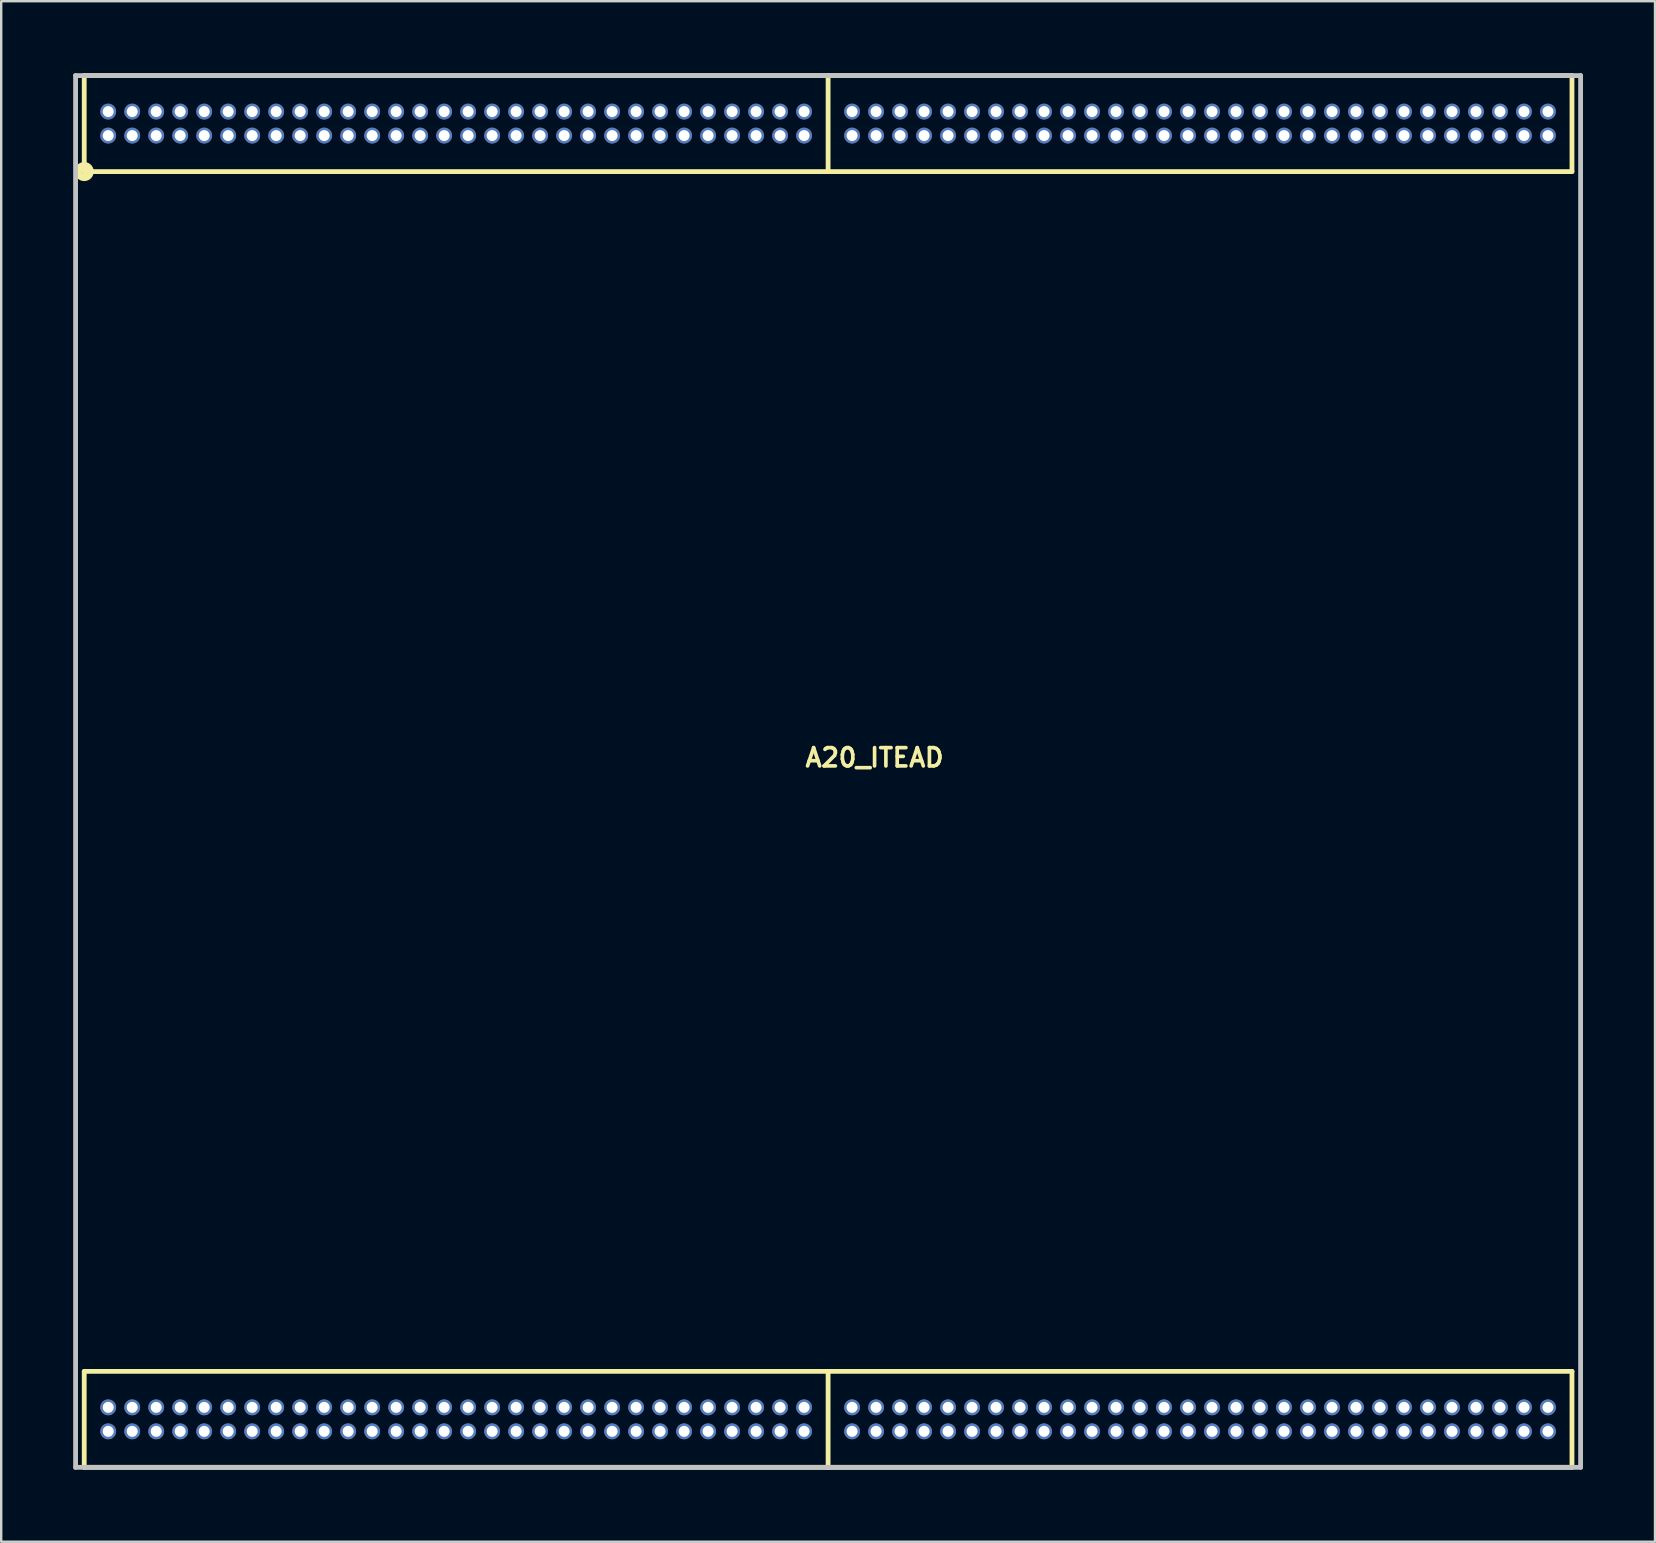
<source format=kicad_pcb>
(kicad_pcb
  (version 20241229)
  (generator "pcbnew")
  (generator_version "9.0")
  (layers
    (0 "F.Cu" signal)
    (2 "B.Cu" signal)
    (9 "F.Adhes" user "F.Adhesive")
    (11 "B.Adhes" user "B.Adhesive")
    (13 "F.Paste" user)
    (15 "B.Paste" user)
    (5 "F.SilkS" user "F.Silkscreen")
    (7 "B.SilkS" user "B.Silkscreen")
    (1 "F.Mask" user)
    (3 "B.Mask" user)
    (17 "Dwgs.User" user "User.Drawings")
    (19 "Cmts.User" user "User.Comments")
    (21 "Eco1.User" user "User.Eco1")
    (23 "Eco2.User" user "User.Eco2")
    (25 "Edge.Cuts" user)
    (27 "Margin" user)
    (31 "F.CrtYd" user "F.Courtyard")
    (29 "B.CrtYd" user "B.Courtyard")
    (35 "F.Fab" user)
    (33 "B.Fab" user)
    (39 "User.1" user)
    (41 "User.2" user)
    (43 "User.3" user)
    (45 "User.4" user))
  (footprint "A20_ITEAD"
    (layer "F.Cu")
    (at 31.46 29.1)
    (property "Reference" "A20_ITEAD" (at -1.03 -0.13 0) (layer "F.SilkS") (effects (font (size 0.762 0.762) (thickness 0.152)) (justify left bottom)))
    (attr through_hole)
    (fp_line (start -31 -29) (end 0 -29) (stroke (width 0.2) (type solid)) (layer "F.SilkS"))
    (fp_line (start -31 -25) (end -31 -29) (stroke (width 0.2) (type solid)) (layer "F.SilkS"))
    (fp_line (start -31 25) (end 0 25) (stroke (width 0.2) (type solid)) (layer "F.SilkS"))
    (fp_line (start -31 29) (end -31 25) (stroke (width 0.2) (type solid)) (layer "F.SilkS"))
    (fp_line (start 0 -29) (end 0 -25) (stroke (width 0.2) (type solid)) (layer "F.SilkS"))
    (fp_line (start 0 -29) (end 31 -29) (stroke (width 0.2) (type solid)) (layer "F.SilkS"))
    (fp_line (start 0 -25) (end -31 -25) (stroke (width 0.2) (type solid)) (layer "F.SilkS"))
    (fp_line (start 0 25) (end 0 29) (stroke (width 0.2) (type solid)) (layer "F.SilkS"))
    (fp_line (start 0 25) (end 31 25) (stroke (width 0.2) (type solid)) (layer "F.SilkS"))
    (fp_line (start 0 29) (end -31 29) (stroke (width 0.2) (type solid)) (layer "F.SilkS"))
    (fp_line (start 31 -29) (end 31 -25) (stroke (width 0.2) (type solid)) (layer "F.SilkS"))
    (fp_line (start 31 -25) (end 0 -25) (stroke (width 0.2) (type solid)) (layer "F.SilkS"))
    (fp_line (start 31 25) (end 31 29) (stroke (width 0.2) (type solid)) (layer "F.SilkS"))
    (fp_line (start 31 29) (end 0 29) (stroke (width 0.2) (type solid)) (layer "F.SilkS"))
    (fp_circle (center -31 -25) (end -30.77 -25.09) (stroke (width 0.3) (type solid)) (fill no) (layer "F.SilkS"))
    (fp_line (start -31.36 -29) (end -31.36 29) (stroke (width 0.2) (type solid)) (layer "Dwgs.User"))
    (fp_line (start -31.36 29) (end 31.36 29) (stroke (width 0.2) (type solid)) (layer "Dwgs.User"))
    (fp_line (start 31.36 -29) (end -31.36 -29) (stroke (width 0.2) (type solid)) (layer "Dwgs.User"))
    (fp_line (start 31.36 29) (end 31.36 -29) (stroke (width 0.2) (type solid)) (layer "Dwgs.User"))
    (pad "1" thru_hole circle (at -30 -26.5 270) (size 0.66 0.66) (drill 0.457) (layers "*.Cu" "*.Mask"))
    (pad "2" thru_hole circle (at -30 -27.5 90) (size 0.66 0.66) (drill 0.457) (layers "*.Cu" "*.Mask"))
    (pad "3" thru_hole circle (at -29 -26.5 270) (size 0.66 0.66) (drill 0.457) (layers "*.Cu" "*.Mask"))
    (pad "4" thru_hole circle (at -29 -27.5 90) (size 0.66 0.66) (drill 0.457) (layers "*.Cu" "*.Mask"))
    (pad "5" thru_hole circle (at -28 -26.5 270) (size 0.66 0.66) (drill 0.457) (layers "*.Cu" "*.Mask"))
    (pad "6" thru_hole circle (at -28 -27.5 90) (size 0.66 0.66) (drill 0.457) (layers "*.Cu" "*.Mask"))
    (pad "7" thru_hole circle (at -27 -26.5 270) (size 0.66 0.66) (drill 0.457) (layers "*.Cu" "*.Mask"))
    (pad "8" thru_hole circle (at -27 -27.5 90) (size 0.66 0.66) (drill 0.457) (layers "*.Cu" "*.Mask"))
    (pad "9" thru_hole circle (at -26 -26.5 270) (size 0.66 0.66) (drill 0.457) (layers "*.Cu" "*.Mask"))
    (pad "10" thru_hole circle (at -26 -27.5 90) (size 0.66 0.66) (drill 0.457) (layers "*.Cu" "*.Mask"))
    (pad "11" thru_hole circle (at -25 -26.5 270) (size 0.66 0.66) (drill 0.457) (layers "*.Cu" "*.Mask"))
    (pad "12" thru_hole circle (at -25 -27.5 90) (size 0.66 0.66) (drill 0.457) (layers "*.Cu" "*.Mask"))
    (pad "13" thru_hole circle (at -24 -26.5 270) (size 0.66 0.66) (drill 0.457) (layers "*.Cu" "*.Mask"))
    (pad "14" thru_hole circle (at -24 -27.5 90) (size 0.66 0.66) (drill 0.457) (layers "*.Cu" "*.Mask"))
    (pad "15" thru_hole circle (at -23 -26.5 270) (size 0.66 0.66) (drill 0.457) (layers "*.Cu" "*.Mask"))
    (pad "16" thru_hole circle (at -23 -27.5 90) (size 0.66 0.66) (drill 0.457) (layers "*.Cu" "*.Mask"))
    (pad "17" thru_hole circle (at -22 -26.5 270) (size 0.66 0.66) (drill 0.457) (layers "*.Cu" "*.Mask"))
    (pad "18" thru_hole circle (at -22 -27.5 90) (size 0.66 0.66) (drill 0.457) (layers "*.Cu" "*.Mask"))
    (pad "19" thru_hole circle (at -21 -26.5 270) (size 0.66 0.66) (drill 0.457) (layers "*.Cu" "*.Mask"))
    (pad "20" thru_hole circle (at -21 -27.5 90) (size 0.66 0.66) (drill 0.457) (layers "*.Cu" "*.Mask"))
    (pad "21" thru_hole circle (at -20 -26.5 270) (size 0.66 0.66) (drill 0.457) (layers "*.Cu" "*.Mask"))
    (pad "22" thru_hole circle (at -20 -27.5 90) (size 0.66 0.66) (drill 0.457) (layers "*.Cu" "*.Mask"))
    (pad "23" thru_hole circle (at -19 -26.5 270) (size 0.66 0.66) (drill 0.457) (layers "*.Cu" "*.Mask"))
    (pad "24" thru_hole circle (at -19 -27.5 90) (size 0.66 0.66) (drill 0.457) (layers "*.Cu" "*.Mask"))
    (pad "25" thru_hole circle (at -18 -26.5 270) (size 0.66 0.66) (drill 0.457) (layers "*.Cu" "*.Mask"))
    (pad "26" thru_hole circle (at -18 -27.5 90) (size 0.66 0.66) (drill 0.457) (layers "*.Cu" "*.Mask"))
    (pad "27" thru_hole circle (at -17 -26.5 270) (size 0.66 0.66) (drill 0.457) (layers "*.Cu" "*.Mask"))
    (pad "28" thru_hole circle (at -17 -27.5 90) (size 0.66 0.66) (drill 0.457) (layers "*.Cu" "*.Mask"))
    (pad "29" thru_hole circle (at -16 -26.5 270) (size 0.66 0.66) (drill 0.457) (layers "*.Cu" "*.Mask"))
    (pad "30" thru_hole circle (at -16 -27.5 90) (size 0.66 0.66) (drill 0.457) (layers "*.Cu" "*.Mask"))
    (pad "31" thru_hole circle (at -15 -26.5 270) (size 0.66 0.66) (drill 0.457) (layers "*.Cu" "*.Mask"))
    (pad "32" thru_hole circle (at -15 -27.5 90) (size 0.66 0.66) (drill 0.457) (layers "*.Cu" "*.Mask"))
    (pad "33" thru_hole circle (at -14 -26.5 270) (size 0.66 0.66) (drill 0.457) (layers "*.Cu" "*.Mask"))
    (pad "34" thru_hole circle (at -14 -27.5 90) (size 0.66 0.66) (drill 0.457) (layers "*.Cu" "*.Mask"))
    (pad "35" thru_hole circle (at -13 -26.5 270) (size 0.66 0.66) (drill 0.457) (layers "*.Cu" "*.Mask"))
    (pad "36" thru_hole circle (at -13 -27.5 90) (size 0.66 0.66) (drill 0.457) (layers "*.Cu" "*.Mask"))
    (pad "37" thru_hole circle (at -12 -26.5 270) (size 0.66 0.66) (drill 0.457) (layers "*.Cu" "*.Mask"))
    (pad "38" thru_hole circle (at -12 -27.5 90) (size 0.66 0.66) (drill 0.457) (layers "*.Cu" "*.Mask"))
    (pad "39" thru_hole circle (at -11 -26.5 270) (size 0.66 0.66) (drill 0.457) (layers "*.Cu" "*.Mask"))
    (pad "40" thru_hole circle (at -11 -27.5 90) (size 0.66 0.66) (drill 0.457) (layers "*.Cu" "*.Mask"))
    (pad "41" thru_hole circle (at -10 -26.5 270) (size 0.66 0.66) (drill 0.457) (layers "*.Cu" "*.Mask"))
    (pad "42" thru_hole circle (at -10 -27.5 90) (size 0.66 0.66) (drill 0.457) (layers "*.Cu" "*.Mask"))
    (pad "43" thru_hole circle (at -9 -26.5 270) (size 0.66 0.66) (drill 0.457) (layers "*.Cu" "*.Mask"))
    (pad "44" thru_hole circle (at -9 -27.5 90) (size 0.66 0.66) (drill 0.457) (layers "*.Cu" "*.Mask"))
    (pad "45" thru_hole circle (at -8 -26.5 270) (size 0.66 0.66) (drill 0.457) (layers "*.Cu" "*.Mask"))
    (pad "46" thru_hole circle (at -8 -27.5 90) (size 0.66 0.66) (drill 0.457) (layers "*.Cu" "*.Mask"))
    (pad "47" thru_hole circle (at -7 -26.5 270) (size 0.66 0.66) (drill 0.457) (layers "*.Cu" "*.Mask"))
    (pad "48" thru_hole circle (at -7 -27.5 90) (size 0.66 0.66) (drill 0.457) (layers "*.Cu" "*.Mask"))
    (pad "49" thru_hole circle (at -6 -26.5 270) (size 0.66 0.66) (drill 0.457) (layers "*.Cu" "*.Mask"))
    (pad "50" thru_hole circle (at -6 -27.5 90) (size 0.66 0.66) (drill 0.457) (layers "*.Cu" "*.Mask"))
    (pad "51" thru_hole circle (at -5 -26.5 270) (size 0.66 0.66) (drill 0.457) (layers "*.Cu" "*.Mask"))
    (pad "52" thru_hole circle (at -5 -27.5 90) (size 0.66 0.66) (drill 0.457) (layers "*.Cu" "*.Mask"))
    (pad "53" thru_hole circle (at -4 -26.5 270) (size 0.66 0.66) (drill 0.457) (layers "*.Cu" "*.Mask"))
    (pad "54" thru_hole circle (at -4 -27.5 90) (size 0.66 0.66) (drill 0.457) (layers "*.Cu" "*.Mask"))
    (pad "55" thru_hole circle (at -3 -26.5 270) (size 0.66 0.66) (drill 0.457) (layers "*.Cu" "*.Mask"))
    (pad "56" thru_hole circle (at -3 -27.5 90) (size 0.66 0.66) (drill 0.457) (layers "*.Cu" "*.Mask"))
    (pad "57" thru_hole circle (at -2 -26.5 270) (size 0.66 0.66) (drill 0.457) (layers "*.Cu" "*.Mask"))
    (pad "58" thru_hole circle (at -2 -27.5 90) (size 0.66 0.66) (drill 0.457) (layers "*.Cu" "*.Mask"))
    (pad "59" thru_hole circle (at -1 -26.5 270) (size 0.66 0.66) (drill 0.457) (layers "*.Cu" "*.Mask"))
    (pad "60" thru_hole circle (at -1 -27.5 90) (size 0.66 0.66) (drill 0.457) (layers "*.Cu" "*.Mask"))
    (pad "61" thru_hole circle (at 1 -26.5 270) (size 0.66 0.66) (drill 0.457) (layers "*.Cu" "*.Mask"))
    (pad "62" thru_hole circle (at 1 -27.5 90) (size 0.66 0.66) (drill 0.457) (layers "*.Cu" "*.Mask"))
    (pad "63" thru_hole circle (at 2 -26.5 270) (size 0.66 0.66) (drill 0.457) (layers "*.Cu" "*.Mask"))
    (pad "64" thru_hole circle (at 2 -27.5 90) (size 0.66 0.66) (drill 0.457) (layers "*.Cu" "*.Mask"))
    (pad "65" thru_hole circle (at 3 -26.5 270) (size 0.66 0.66) (drill 0.457) (layers "*.Cu" "*.Mask"))
    (pad "66" thru_hole circle (at 3 -27.5 90) (size 0.66 0.66) (drill 0.457) (layers "*.Cu" "*.Mask"))
    (pad "67" thru_hole circle (at 4 -26.5 270) (size 0.66 0.66) (drill 0.457) (layers "*.Cu" "*.Mask"))
    (pad "68" thru_hole circle (at 4 -27.5 90) (size 0.66 0.66) (drill 0.457) (layers "*.Cu" "*.Mask"))
    (pad "69" thru_hole circle (at 5 -26.5 270) (size 0.66 0.66) (drill 0.457) (layers "*.Cu" "*.Mask"))
    (pad "70" thru_hole circle (at 5 -27.5 90) (size 0.66 0.66) (drill 0.457) (layers "*.Cu" "*.Mask"))
    (pad "71" thru_hole circle (at 6 -26.5 270) (size 0.66 0.66) (drill 0.457) (layers "*.Cu" "*.Mask"))
    (pad "72" thru_hole circle (at 6 -27.5 90) (size 0.66 0.66) (drill 0.457) (layers "*.Cu" "*.Mask"))
    (pad "73" thru_hole circle (at 7 -26.5 270) (size 0.66 0.66) (drill 0.457) (layers "*.Cu" "*.Mask"))
    (pad "74" thru_hole circle (at 7 -27.5 90) (size 0.66 0.66) (drill 0.457) (layers "*.Cu" "*.Mask"))
    (pad "75" thru_hole circle (at 8 -26.5 270) (size 0.66 0.66) (drill 0.457) (layers "*.Cu" "*.Mask"))
    (pad "76" thru_hole circle (at 8 -27.5 90) (size 0.66 0.66) (drill 0.457) (layers "*.Cu" "*.Mask"))
    (pad "77" thru_hole circle (at 9 -26.5 270) (size 0.66 0.66) (drill 0.457) (layers "*.Cu" "*.Mask"))
    (pad "78" thru_hole circle (at 9 -27.5 90) (size 0.66 0.66) (drill 0.457) (layers "*.Cu" "*.Mask"))
    (pad "79" thru_hole circle (at 10 -26.5 270) (size 0.66 0.66) (drill 0.457) (layers "*.Cu" "*.Mask"))
    (pad "80" thru_hole circle (at 10 -27.5 90) (size 0.66 0.66) (drill 0.457) (layers "*.Cu" "*.Mask"))
    (pad "81" thru_hole circle (at 11 -26.5 270) (size 0.66 0.66) (drill 0.457) (layers "*.Cu" "*.Mask"))
    (pad "82" thru_hole circle (at 11 -27.5 90) (size 0.66 0.66) (drill 0.457) (layers "*.Cu" "*.Mask"))
    (pad "83" thru_hole circle (at 12 -26.5 270) (size 0.66 0.66) (drill 0.457) (layers "*.Cu" "*.Mask"))
    (pad "84" thru_hole circle (at 12 -27.5 90) (size 0.66 0.66) (drill 0.457) (layers "*.Cu" "*.Mask"))
    (pad "85" thru_hole circle (at 13 -26.5 270) (size 0.66 0.66) (drill 0.457) (layers "*.Cu" "*.Mask"))
    (pad "86" thru_hole circle (at 13 -27.5 90) (size 0.66 0.66) (drill 0.457) (layers "*.Cu" "*.Mask"))
    (pad "87" thru_hole circle (at 14 -26.5 270) (size 0.66 0.66) (drill 0.457) (layers "*.Cu" "*.Mask"))
    (pad "88" thru_hole circle (at 14 -27.5 90) (size 0.66 0.66) (drill 0.457) (layers "*.Cu" "*.Mask"))
    (pad "89" thru_hole circle (at 15 -26.5 270) (size 0.66 0.66) (drill 0.457) (layers "*.Cu" "*.Mask"))
    (pad "90" thru_hole circle (at 15 -27.5 90) (size 0.66 0.66) (drill 0.457) (layers "*.Cu" "*.Mask"))
    (pad "91" thru_hole circle (at 16 -26.5 270) (size 0.66 0.66) (drill 0.457) (layers "*.Cu" "*.Mask"))
    (pad "92" thru_hole circle (at 16 -27.5 90) (size 0.66 0.66) (drill 0.457) (layers "*.Cu" "*.Mask"))
    (pad "93" thru_hole circle (at 17 -26.5 270) (size 0.66 0.66) (drill 0.457) (layers "*.Cu" "*.Mask"))
    (pad "94" thru_hole circle (at 17 -27.5 90) (size 0.66 0.66) (drill 0.457) (layers "*.Cu" "*.Mask"))
    (pad "95" thru_hole circle (at 18 -26.5 270) (size 0.66 0.66) (drill 0.457) (layers "*.Cu" "*.Mask"))
    (pad "96" thru_hole circle (at 18 -27.5 90) (size 0.66 0.66) (drill 0.457) (layers "*.Cu" "*.Mask"))
    (pad "97" thru_hole circle (at 19 -26.5 270) (size 0.66 0.66) (drill 0.457) (layers "*.Cu" "*.Mask"))
    (pad "98" thru_hole circle (at 19 -27.5 90) (size 0.66 0.66) (drill 0.457) (layers "*.Cu" "*.Mask"))
    (pad "99" thru_hole circle (at 20 -26.5 270) (size 0.66 0.66) (drill 0.457) (layers "*.Cu" "*.Mask"))
    (pad "100" thru_hole circle (at 20 -27.5 90) (size 0.66 0.66) (drill 0.457) (layers "*.Cu" "*.Mask"))
    (pad "101" thru_hole circle (at 21 -26.5 270) (size 0.66 0.66) (drill 0.457) (layers "*.Cu" "*.Mask"))
    (pad "102" thru_hole circle (at 21 -27.5 90) (size 0.66 0.66) (drill 0.457) (layers "*.Cu" "*.Mask"))
    (pad "103" thru_hole circle (at 22 -26.5 270) (size 0.66 0.66) (drill 0.457) (layers "*.Cu" "*.Mask"))
    (pad "104" thru_hole circle (at 22 -27.5 90) (size 0.66 0.66) (drill 0.457) (layers "*.Cu" "*.Mask"))
    (pad "105" thru_hole circle (at 23 -26.5 270) (size 0.66 0.66) (drill 0.457) (layers "*.Cu" "*.Mask"))
    (pad "106" thru_hole circle (at 23 -27.5 90) (size 0.66 0.66) (drill 0.457) (layers "*.Cu" "*.Mask"))
    (pad "107" thru_hole circle (at 24 -26.5 270) (size 0.66 0.66) (drill 0.457) (layers "*.Cu" "*.Mask"))
    (pad "108" thru_hole circle (at 24 -27.5 90) (size 0.66 0.66) (drill 0.457) (layers "*.Cu" "*.Mask"))
    (pad "109" thru_hole circle (at 25 -26.5 270) (size 0.66 0.66) (drill 0.457) (layers "*.Cu" "*.Mask"))
    (pad "110" thru_hole circle (at 25 -27.5 90) (size 0.66 0.66) (drill 0.457) (layers "*.Cu" "*.Mask"))
    (pad "111" thru_hole circle (at 26 -26.5 270) (size 0.66 0.66) (drill 0.457) (layers "*.Cu" "*.Mask"))
    (pad "112" thru_hole circle (at 26 -27.5 90) (size 0.66 0.66) (drill 0.457) (layers "*.Cu" "*.Mask"))
    (pad "113" thru_hole circle (at 27 -26.5 270) (size 0.66 0.66) (drill 0.457) (layers "*.Cu" "*.Mask"))
    (pad "114" thru_hole circle (at 27 -27.5 90) (size 0.66 0.66) (drill 0.457) (layers "*.Cu" "*.Mask"))
    (pad "115" thru_hole circle (at 28 -26.5 270) (size 0.66 0.66) (drill 0.457) (layers "*.Cu" "*.Mask"))
    (pad "116" thru_hole circle (at 28 -27.5 90) (size 0.66 0.66) (drill 0.457) (layers "*.Cu" "*.Mask"))
    (pad "117" thru_hole circle (at 29 -26.5 270) (size 0.66 0.66) (drill 0.457) (layers "*.Cu" "*.Mask"))
    (pad "118" thru_hole circle (at 29 -27.5 90) (size 0.66 0.66) (drill 0.457) (layers "*.Cu" "*.Mask"))
    (pad "119" thru_hole circle (at 30 -26.5 270) (size 0.66 0.66) (drill 0.457) (layers "*.Cu" "*.Mask"))
    (pad "120" thru_hole circle (at 30 -27.5 90) (size 0.66 0.66) (drill 0.457) (layers "*.Cu" "*.Mask"))
    (pad "121" thru_hole circle (at -30 27.5 270) (size 0.66 0.66) (drill 0.457) (layers "*.Cu" "*.Mask"))
    (pad "122" thru_hole circle (at -30 26.5 90) (size 0.66 0.66) (drill 0.457) (layers "*.Cu" "*.Mask"))
    (pad "123" thru_hole circle (at -29 27.5 270) (size 0.66 0.66) (drill 0.457) (layers "*.Cu" "*.Mask"))
    (pad "124" thru_hole circle (at -29 26.5 90) (size 0.66 0.66) (drill 0.457) (layers "*.Cu" "*.Mask"))
    (pad "125" thru_hole circle (at -28 27.5 270) (size 0.66 0.66) (drill 0.457) (layers "*.Cu" "*.Mask"))
    (pad "126" thru_hole circle (at -28 26.5 90) (size 0.66 0.66) (drill 0.457) (layers "*.Cu" "*.Mask"))
    (pad "127" thru_hole circle (at -27 27.5 270) (size 0.66 0.66) (drill 0.457) (layers "*.Cu" "*.Mask"))
    (pad "128" thru_hole circle (at -27 26.5 90) (size 0.66 0.66) (drill 0.457) (layers "*.Cu" "*.Mask"))
    (pad "129" thru_hole circle (at -26 27.5 270) (size 0.66 0.66) (drill 0.457) (layers "*.Cu" "*.Mask"))
    (pad "130" thru_hole circle (at -26 26.5 90) (size 0.66 0.66) (drill 0.457) (layers "*.Cu" "*.Mask"))
    (pad "131" thru_hole circle (at -25 27.5 270) (size 0.66 0.66) (drill 0.457) (layers "*.Cu" "*.Mask"))
    (pad "132" thru_hole circle (at -25 26.5 90) (size 0.66 0.66) (drill 0.457) (layers "*.Cu" "*.Mask"))
    (pad "133" thru_hole circle (at -24 27.5 270) (size 0.66 0.66) (drill 0.457) (layers "*.Cu" "*.Mask"))
    (pad "134" thru_hole circle (at -24 26.5 90) (size 0.66 0.66) (drill 0.457) (layers "*.Cu" "*.Mask"))
    (pad "135" thru_hole circle (at -23 27.5 270) (size 0.66 0.66) (drill 0.457) (layers "*.Cu" "*.Mask"))
    (pad "136" thru_hole circle (at -23 26.5 90) (size 0.66 0.66) (drill 0.457) (layers "*.Cu" "*.Mask"))
    (pad "137" thru_hole circle (at -22 27.5 270) (size 0.66 0.66) (drill 0.457) (layers "*.Cu" "*.Mask"))
    (pad "138" thru_hole circle (at -22 26.5 90) (size 0.66 0.66) (drill 0.457) (layers "*.Cu" "*.Mask"))
    (pad "139" thru_hole circle (at -21 27.5 270) (size 0.66 0.66) (drill 0.457) (layers "*.Cu" "*.Mask"))
    (pad "140" thru_hole circle (at -21 26.5 90) (size 0.66 0.66) (drill 0.457) (layers "*.Cu" "*.Mask"))
    (pad "141" thru_hole circle (at -20 27.5 270) (size 0.66 0.66) (drill 0.457) (layers "*.Cu" "*.Mask"))
    (pad "142" thru_hole circle (at -20 26.5 90) (size 0.66 0.66) (drill 0.457) (layers "*.Cu" "*.Mask"))
    (pad "143" thru_hole circle (at -19 27.5 270) (size 0.66 0.66) (drill 0.457) (layers "*.Cu" "*.Mask"))
    (pad "144" thru_hole circle (at -19 26.5 90) (size 0.66 0.66) (drill 0.457) (layers "*.Cu" "*.Mask"))
    (pad "145" thru_hole circle (at -18 27.5 270) (size 0.66 0.66) (drill 0.457) (layers "*.Cu" "*.Mask"))
    (pad "146" thru_hole circle (at -18 26.5 90) (size 0.66 0.66) (drill 0.457) (layers "*.Cu" "*.Mask"))
    (pad "147" thru_hole circle (at -17 27.5 270) (size 0.66 0.66) (drill 0.457) (layers "*.Cu" "*.Mask"))
    (pad "148" thru_hole circle (at -17 26.5 90) (size 0.66 0.66) (drill 0.457) (layers "*.Cu" "*.Mask"))
    (pad "149" thru_hole circle (at -16 27.5 270) (size 0.66 0.66) (drill 0.457) (layers "*.Cu" "*.Mask"))
    (pad "150" thru_hole circle (at -16 26.5 90) (size 0.66 0.66) (drill 0.457) (layers "*.Cu" "*.Mask"))
    (pad "151" thru_hole circle (at -15 27.5 270) (size 0.66 0.66) (drill 0.457) (layers "*.Cu" "*.Mask"))
    (pad "152" thru_hole circle (at -15 26.5 90) (size 0.66 0.66) (drill 0.457) (layers "*.Cu" "*.Mask"))
    (pad "153" thru_hole circle (at -14 27.5 270) (size 0.66 0.66) (drill 0.457) (layers "*.Cu" "*.Mask"))
    (pad "154" thru_hole circle (at -14 26.5 90) (size 0.66 0.66) (drill 0.457) (layers "*.Cu" "*.Mask"))
    (pad "155" thru_hole circle (at -13 27.5 270) (size 0.66 0.66) (drill 0.457) (layers "*.Cu" "*.Mask"))
    (pad "156" thru_hole circle (at -13 26.5 90) (size 0.66 0.66) (drill 0.457) (layers "*.Cu" "*.Mask"))
    (pad "157" thru_hole circle (at -12 27.5 270) (size 0.66 0.66) (drill 0.457) (layers "*.Cu" "*.Mask"))
    (pad "158" thru_hole circle (at -12 26.5 90) (size 0.66 0.66) (drill 0.457) (layers "*.Cu" "*.Mask"))
    (pad "159" thru_hole circle (at -11 27.5 270) (size 0.66 0.66) (drill 0.457) (layers "*.Cu" "*.Mask"))
    (pad "160" thru_hole circle (at -11 26.5 90) (size 0.66 0.66) (drill 0.457) (layers "*.Cu" "*.Mask"))
    (pad "161" thru_hole circle (at -10 27.5 270) (size 0.66 0.66) (drill 0.457) (layers "*.Cu" "*.Mask"))
    (pad "162" thru_hole circle (at -10 26.5 90) (size 0.66 0.66) (drill 0.457) (layers "*.Cu" "*.Mask"))
    (pad "163" thru_hole circle (at -9 27.5 270) (size 0.66 0.66) (drill 0.457) (layers "*.Cu" "*.Mask"))
    (pad "164" thru_hole circle (at -9 26.5 90) (size 0.66 0.66) (drill 0.457) (layers "*.Cu" "*.Mask"))
    (pad "165" thru_hole circle (at -8 27.5 270) (size 0.66 0.66) (drill 0.457) (layers "*.Cu" "*.Mask"))
    (pad "166" thru_hole circle (at -8 26.5 90) (size 0.66 0.66) (drill 0.457) (layers "*.Cu" "*.Mask"))
    (pad "167" thru_hole circle (at -7 27.5 270) (size 0.66 0.66) (drill 0.457) (layers "*.Cu" "*.Mask"))
    (pad "168" thru_hole circle (at -7 26.5 90) (size 0.66 0.66) (drill 0.457) (layers "*.Cu" "*.Mask"))
    (pad "169" thru_hole circle (at -6 27.5 270) (size 0.66 0.66) (drill 0.457) (layers "*.Cu" "*.Mask"))
    (pad "170" thru_hole circle (at -6 26.5 90) (size 0.66 0.66) (drill 0.457) (layers "*.Cu" "*.Mask"))
    (pad "171" thru_hole circle (at -5 27.5 270) (size 0.66 0.66) (drill 0.457) (layers "*.Cu" "*.Mask"))
    (pad "172" thru_hole circle (at -5 26.5 90) (size 0.66 0.66) (drill 0.457) (layers "*.Cu" "*.Mask"))
    (pad "173" thru_hole circle (at -4 27.5 270) (size 0.66 0.66) (drill 0.457) (layers "*.Cu" "*.Mask"))
    (pad "174" thru_hole circle (at -4 26.5 90) (size 0.66 0.66) (drill 0.457) (layers "*.Cu" "*.Mask"))
    (pad "175" thru_hole circle (at -3 27.5 270) (size 0.66 0.66) (drill 0.457) (layers "*.Cu" "*.Mask"))
    (pad "176" thru_hole circle (at -3 26.5 90) (size 0.66 0.66) (drill 0.457) (layers "*.Cu" "*.Mask"))
    (pad "177" thru_hole circle (at -2 27.5 270) (size 0.66 0.66) (drill 0.457) (layers "*.Cu" "*.Mask"))
    (pad "178" thru_hole circle (at -2 26.5 90) (size 0.66 0.66) (drill 0.457) (layers "*.Cu" "*.Mask"))
    (pad "179" thru_hole circle (at -1 27.5 270) (size 0.66 0.66) (drill 0.457) (layers "*.Cu" "*.Mask"))
    (pad "180" thru_hole circle (at -1 26.5 90) (size 0.66 0.66) (drill 0.457) (layers "*.Cu" "*.Mask"))
    (pad "181" thru_hole circle (at 1 27.5 270) (size 0.66 0.66) (drill 0.457) (layers "*.Cu" "*.Mask"))
    (pad "182" thru_hole circle (at 1 26.5 90) (size 0.66 0.66) (drill 0.457) (layers "*.Cu" "*.Mask"))
    (pad "183" thru_hole circle (at 2 27.5 270) (size 0.66 0.66) (drill 0.457) (layers "*.Cu" "*.Mask"))
    (pad "184" thru_hole circle (at 2 26.5 90) (size 0.66 0.66) (drill 0.457) (layers "*.Cu" "*.Mask"))
    (pad "185" thru_hole circle (at 3 27.5 270) (size 0.66 0.66) (drill 0.457) (layers "*.Cu" "*.Mask"))
    (pad "186" thru_hole circle (at 3 26.5 90) (size 0.66 0.66) (drill 0.457) (layers "*.Cu" "*.Mask"))
    (pad "187" thru_hole circle (at 4 27.5 270) (size 0.66 0.66) (drill 0.457) (layers "*.Cu" "*.Mask"))
    (pad "188" thru_hole circle (at 4 26.5 90) (size 0.66 0.66) (drill 0.457) (layers "*.Cu" "*.Mask"))
    (pad "189" thru_hole circle (at 5 27.5 270) (size 0.66 0.66) (drill 0.457) (layers "*.Cu" "*.Mask"))
    (pad "190" thru_hole circle (at 5 26.5 90) (size 0.66 0.66) (drill 0.457) (layers "*.Cu" "*.Mask"))
    (pad "191" thru_hole circle (at 6 27.5 270) (size 0.66 0.66) (drill 0.457) (layers "*.Cu" "*.Mask"))
    (pad "192" thru_hole circle (at 6 26.5 90) (size 0.66 0.66) (drill 0.457) (layers "*.Cu" "*.Mask"))
    (pad "193" thru_hole circle (at 7 27.5 270) (size 0.66 0.66) (drill 0.457) (layers "*.Cu" "*.Mask"))
    (pad "194" thru_hole circle (at 7 26.5 90) (size 0.66 0.66) (drill 0.457) (layers "*.Cu" "*.Mask"))
    (pad "195" thru_hole circle (at 8 27.5 270) (size 0.66 0.66) (drill 0.457) (layers "*.Cu" "*.Mask"))
    (pad "196" thru_hole circle (at 8 26.5 90) (size 0.66 0.66) (drill 0.457) (layers "*.Cu" "*.Mask"))
    (pad "197" thru_hole circle (at 9 27.5 270) (size 0.66 0.66) (drill 0.457) (layers "*.Cu" "*.Mask"))
    (pad "198" thru_hole circle (at 9 26.5 90) (size 0.66 0.66) (drill 0.457) (layers "*.Cu" "*.Mask"))
    (pad "199" thru_hole circle (at 10 27.5 270) (size 0.66 0.66) (drill 0.457) (layers "*.Cu" "*.Mask"))
    (pad "200" thru_hole circle (at 10 26.5 90) (size 0.66 0.66) (drill 0.457) (layers "*.Cu" "*.Mask"))
    (pad "201" thru_hole circle (at 11 27.5 270) (size 0.66 0.66) (drill 0.457) (layers "*.Cu" "*.Mask"))
    (pad "202" thru_hole circle (at 11 26.5 90) (size 0.66 0.66) (drill 0.457) (layers "*.Cu" "*.Mask"))
    (pad "203" thru_hole circle (at 12 27.5 270) (size 0.66 0.66) (drill 0.457) (layers "*.Cu" "*.Mask"))
    (pad "204" thru_hole circle (at 12 26.5 90) (size 0.66 0.66) (drill 0.457) (layers "*.Cu" "*.Mask"))
    (pad "205" thru_hole circle (at 13 27.5 270) (size 0.66 0.66) (drill 0.457) (layers "*.Cu" "*.Mask"))
    (pad "206" thru_hole circle (at 13 26.5 90) (size 0.66 0.66) (drill 0.457) (layers "*.Cu" "*.Mask"))
    (pad "207" thru_hole circle (at 14 27.5 270) (size 0.66 0.66) (drill 0.457) (layers "*.Cu" "*.Mask"))
    (pad "208" thru_hole circle (at 14 26.5 90) (size 0.66 0.66) (drill 0.457) (layers "*.Cu" "*.Mask"))
    (pad "209" thru_hole circle (at 15 27.5 270) (size 0.66 0.66) (drill 0.457) (layers "*.Cu" "*.Mask"))
    (pad "210" thru_hole circle (at 15 26.5 90) (size 0.66 0.66) (drill 0.457) (layers "*.Cu" "*.Mask"))
    (pad "211" thru_hole circle (at 16 27.5 270) (size 0.66 0.66) (drill 0.457) (layers "*.Cu" "*.Mask"))
    (pad "212" thru_hole circle (at 16 26.5 90) (size 0.66 0.66) (drill 0.457) (layers "*.Cu" "*.Mask"))
    (pad "213" thru_hole circle (at 17 27.5 270) (size 0.66 0.66) (drill 0.457) (layers "*.Cu" "*.Mask"))
    (pad "214" thru_hole circle (at 17 26.5 90) (size 0.66 0.66) (drill 0.457) (layers "*.Cu" "*.Mask"))
    (pad "215" thru_hole circle (at 18 27.5 270) (size 0.66 0.66) (drill 0.457) (layers "*.Cu" "*.Mask"))
    (pad "216" thru_hole circle (at 18 26.5 90) (size 0.66 0.66) (drill 0.457) (layers "*.Cu" "*.Mask"))
    (pad "217" thru_hole circle (at 19 27.5 270) (size 0.66 0.66) (drill 0.457) (layers "*.Cu" "*.Mask"))
    (pad "218" thru_hole circle (at 19 26.5 90) (size 0.66 0.66) (drill 0.457) (layers "*.Cu" "*.Mask"))
    (pad "219" thru_hole circle (at 20 27.5 270) (size 0.66 0.66) (drill 0.457) (layers "*.Cu" "*.Mask"))
    (pad "220" thru_hole circle (at 20 26.5 90) (size 0.66 0.66) (drill 0.457) (layers "*.Cu" "*.Mask"))
    (pad "221" thru_hole circle (at 21 27.5 270) (size 0.66 0.66) (drill 0.457) (layers "*.Cu" "*.Mask"))
    (pad "222" thru_hole circle (at 21 26.5 90) (size 0.66 0.66) (drill 0.457) (layers "*.Cu" "*.Mask"))
    (pad "223" thru_hole circle (at 22 27.5 270) (size 0.66 0.66) (drill 0.457) (layers "*.Cu" "*.Mask"))
    (pad "224" thru_hole circle (at 22 26.5 90) (size 0.66 0.66) (drill 0.457) (layers "*.Cu" "*.Mask"))
    (pad "225" thru_hole circle (at 23 27.5 270) (size 0.66 0.66) (drill 0.457) (layers "*.Cu" "*.Mask"))
    (pad "226" thru_hole circle (at 23 26.5 90) (size 0.66 0.66) (drill 0.457) (layers "*.Cu" "*.Mask"))
    (pad "227" thru_hole circle (at 24 27.5 270) (size 0.66 0.66) (drill 0.457) (layers "*.Cu" "*.Mask"))
    (pad "228" thru_hole circle (at 24 26.5 90) (size 0.66 0.66) (drill 0.457) (layers "*.Cu" "*.Mask"))
    (pad "229" thru_hole circle (at 25 27.5 270) (size 0.66 0.66) (drill 0.457) (layers "*.Cu" "*.Mask"))
    (pad "230" thru_hole circle (at 25 26.5 90) (size 0.66 0.66) (drill 0.457) (layers "*.Cu" "*.Mask"))
    (pad "231" thru_hole circle (at 26 27.5 270) (size 0.66 0.66) (drill 0.457) (layers "*.Cu" "*.Mask"))
    (pad "232" thru_hole circle (at 26 26.5 90) (size 0.66 0.66) (drill 0.457) (layers "*.Cu" "*.Mask"))
    (pad "233" thru_hole circle (at 27 27.5 270) (size 0.66 0.66) (drill 0.457) (layers "*.Cu" "*.Mask"))
    (pad "234" thru_hole circle (at 27 26.5 90) (size 0.66 0.66) (drill 0.457) (layers "*.Cu" "*.Mask"))
    (pad "235" thru_hole circle (at 28 27.5 270) (size 0.66 0.66) (drill 0.457) (layers "*.Cu" "*.Mask"))
    (pad "236" thru_hole circle (at 28 26.5 90) (size 0.66 0.66) (drill 0.457) (layers "*.Cu" "*.Mask"))
    (pad "237" thru_hole circle (at 29 27.5 270) (size 0.66 0.66) (drill 0.457) (layers "*.Cu" "*.Mask"))
    (pad "238" thru_hole circle (at 29 26.5 90) (size 0.66 0.66) (drill 0.457) (layers "*.Cu" "*.Mask"))
    (pad "239" thru_hole circle (at 30 27.5 270) (size 0.66 0.66) (drill 0.457) (layers "*.Cu" "*.Mask"))
    (pad "240" thru_hole circle (at 30 26.5 90) (size 0.66 0.66) (drill 0.457) (layers "*.Cu" "*.Mask")))
  (gr_rect
    (start -3 -3)
    (end 65.92 61.2)
    (stroke (width 0.1) (type default))
    (fill no)
    (layer "Edge.Cuts")))
</source>
